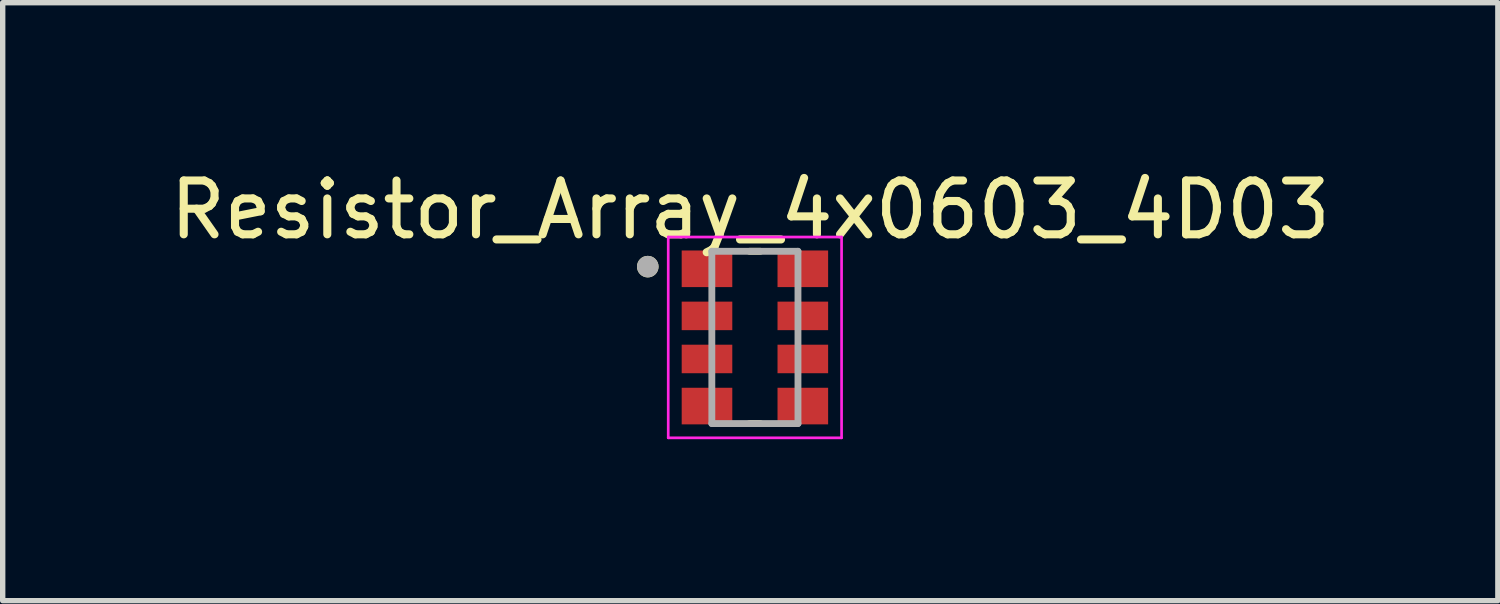
<source format=kicad_pcb>
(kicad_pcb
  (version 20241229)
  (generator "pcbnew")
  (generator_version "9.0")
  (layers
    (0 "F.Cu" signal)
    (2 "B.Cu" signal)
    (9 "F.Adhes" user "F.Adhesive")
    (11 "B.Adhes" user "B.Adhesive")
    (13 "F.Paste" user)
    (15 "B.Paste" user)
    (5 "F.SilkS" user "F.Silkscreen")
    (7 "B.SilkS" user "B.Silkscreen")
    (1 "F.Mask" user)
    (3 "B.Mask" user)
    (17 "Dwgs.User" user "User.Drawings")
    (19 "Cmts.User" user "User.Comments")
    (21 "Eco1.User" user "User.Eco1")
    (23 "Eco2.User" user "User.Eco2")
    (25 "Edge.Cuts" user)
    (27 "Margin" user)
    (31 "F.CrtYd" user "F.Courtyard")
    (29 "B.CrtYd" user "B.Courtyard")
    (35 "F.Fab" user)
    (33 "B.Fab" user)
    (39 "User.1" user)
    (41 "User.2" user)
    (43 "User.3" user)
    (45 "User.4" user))
  (footprint "Resistor_Array_4x0603_4D03"
    (layer "F.Cu")
    (at 10.973 3.218)
    (property "Reference" "Resistor_Array_4x0603_4D03" (at -0.086 -2.37 0) (layer "F.SilkS") (effects (font (size 1 1) (thickness 0.15))))
    (attr smd)
    (fp_line (start -0.1 -1.6) (end 0.1 -1.6) (stroke (width 0.127) (type solid)) (layer "F.SilkS"))
    (fp_line (start 0.1 1.6) (end -0.1 1.6) (stroke (width 0.127) (type solid)) (layer "F.SilkS"))
    (fp_circle (center -1.99 -1.315) (end -1.89 -1.315) (stroke (width 0.2) (type solid)) (fill no) (layer "F.SilkS"))
    (fp_line (start -1.61 -1.865) (end -1.61 1.865) (stroke (width 0.05) (type solid)) (layer "F.CrtYd"))
    (fp_line (start -1.61 1.865) (end 1.61 1.865) (stroke (width 0.05) (type solid)) (layer "F.CrtYd"))
    (fp_line (start 1.61 -1.865) (end -1.61 -1.865) (stroke (width 0.05) (type solid)) (layer "F.CrtYd"))
    (fp_line (start 1.61 1.865) (end 1.61 -1.865) (stroke (width 0.05) (type solid)) (layer "F.CrtYd"))
    (fp_line (start -0.8 -1.6) (end 0.8 -1.6) (stroke (width 0.127) (type solid)) (layer "F.Fab"))
    (fp_line (start -0.8 1.6) (end -0.8 -1.6) (stroke (width 0.127) (type solid)) (layer "F.Fab"))
    (fp_line (start 0.8 -1.6) (end 0.8 1.6) (stroke (width 0.127) (type solid)) (layer "F.Fab"))
    (fp_line (start 0.8 1.6) (end -0.8 1.6) (stroke (width 0.127) (type solid)) (layer "F.Fab"))
    (fp_circle (center -1.99 -1.315) (end -1.89 -1.315) (stroke (width 0.2) (type solid)) (fill no) (layer "F.Fab"))
    (pad "1" smd rect (at -0.89 -1.275) (size 0.94 0.68) (layers "F.Cu" "F.Mask" "F.Paste"))
    (pad "2" smd rect (at -0.89 -0.4) (size 0.94 0.53) (layers "F.Cu" "F.Mask" "F.Paste"))
    (pad "3" smd rect (at -0.89 0.4) (size 0.94 0.53) (layers "F.Cu" "F.Mask" "F.Paste"))
    (pad "4" smd rect (at -0.89 1.275) (size 0.94 0.68) (layers "F.Cu" "F.Mask" "F.Paste"))
    (pad "5" smd rect (at 0.89 1.275) (size 0.94 0.68) (layers "F.Cu" "F.Mask" "F.Paste"))
    (pad "6" smd rect (at 0.89 0.4) (size 0.94 0.53) (layers "F.Cu" "F.Mask" "F.Paste"))
    (pad "7" smd rect (at 0.89 -0.4) (size 0.94 0.53) (layers "F.Cu" "F.Mask" "F.Paste"))
    (pad "8" smd rect (at 0.89 -1.275) (size 0.94 0.68) (layers "F.Cu" "F.Mask" "F.Paste")))
  (gr_rect
    (start -3 -3)
    (end 24.774 8.108)
    (stroke (width 0.1) (type default))
    (fill no)
    (layer "Edge.Cuts")))
</source>
